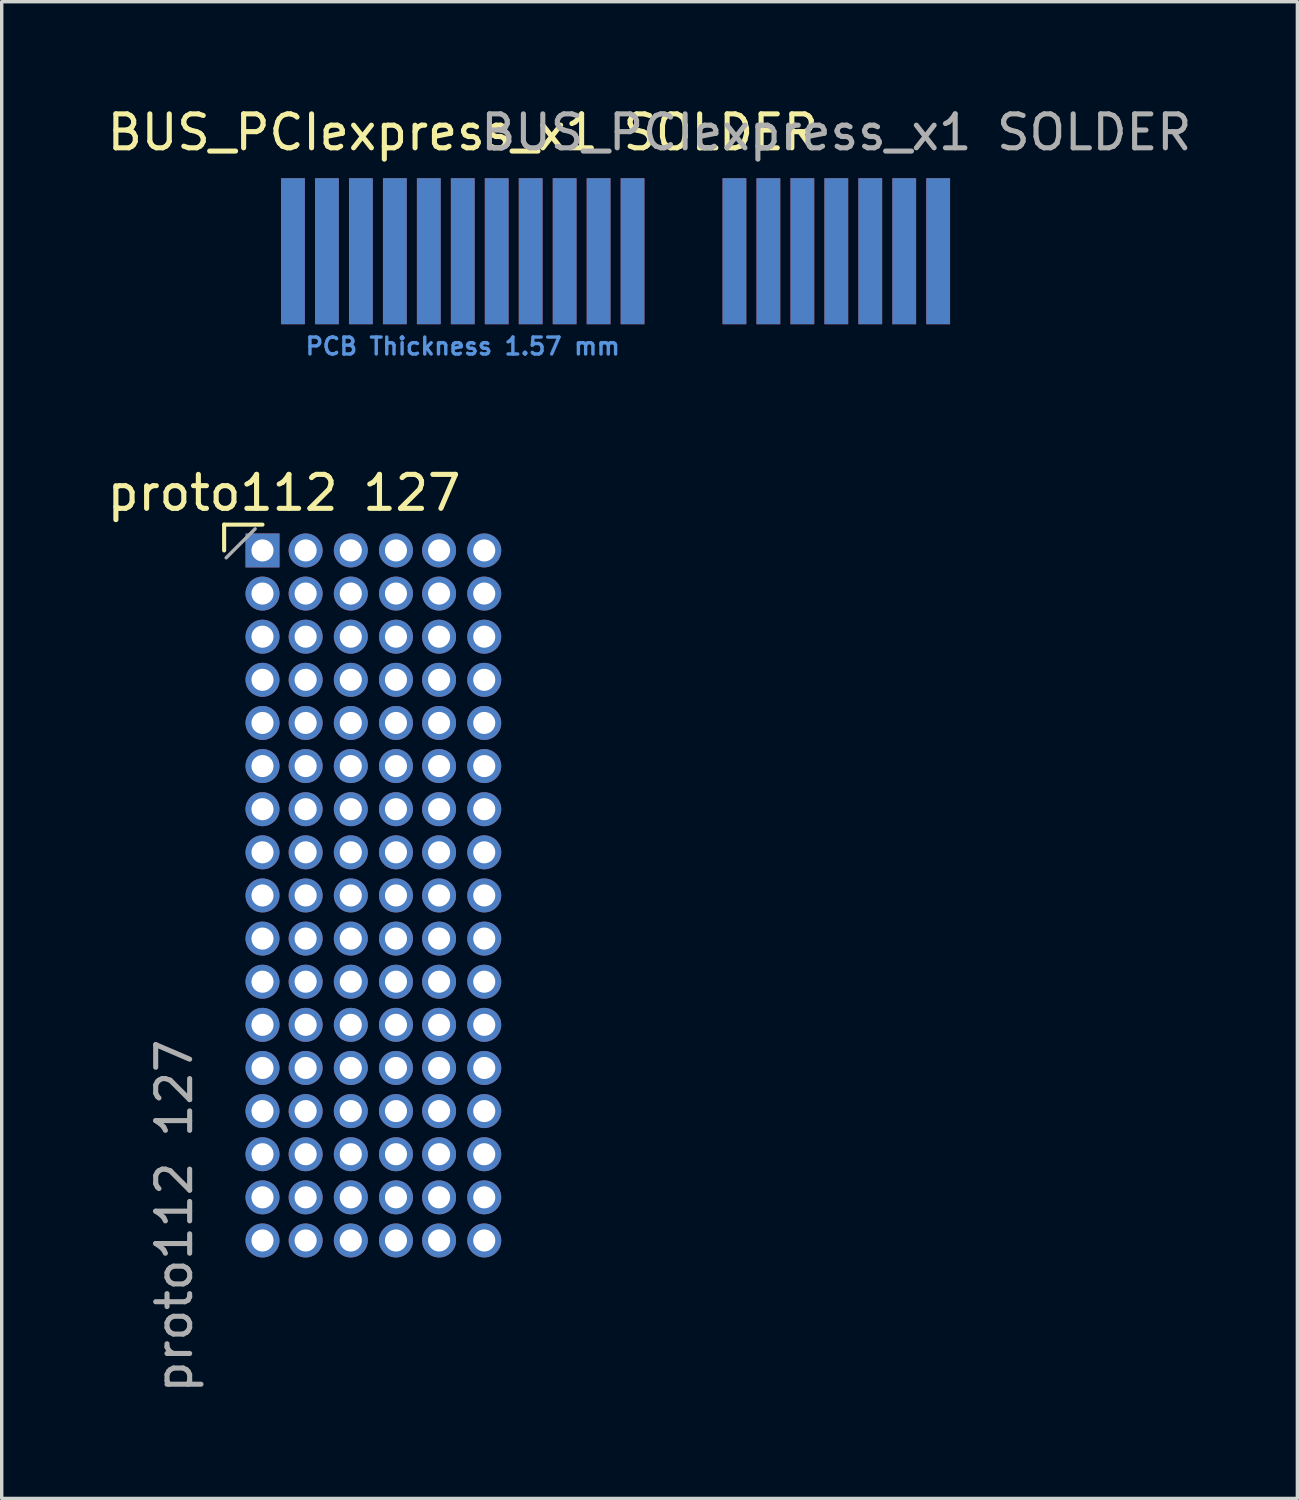
<source format=kicad_pcb>
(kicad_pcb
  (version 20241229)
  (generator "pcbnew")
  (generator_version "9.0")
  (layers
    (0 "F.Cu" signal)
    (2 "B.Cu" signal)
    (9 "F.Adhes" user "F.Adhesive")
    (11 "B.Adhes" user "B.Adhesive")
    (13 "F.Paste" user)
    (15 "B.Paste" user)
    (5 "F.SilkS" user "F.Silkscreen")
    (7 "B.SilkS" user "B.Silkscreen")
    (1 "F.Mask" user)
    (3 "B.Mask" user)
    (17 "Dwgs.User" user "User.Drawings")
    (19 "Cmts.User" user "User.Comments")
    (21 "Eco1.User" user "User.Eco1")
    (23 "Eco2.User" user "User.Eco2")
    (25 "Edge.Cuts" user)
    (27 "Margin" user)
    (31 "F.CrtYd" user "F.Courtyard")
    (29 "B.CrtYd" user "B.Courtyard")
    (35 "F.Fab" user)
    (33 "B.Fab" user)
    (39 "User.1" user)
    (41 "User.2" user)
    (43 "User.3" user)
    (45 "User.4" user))
  (footprint "BUS_PCIexpress_x1 SOLDER"
    (layer "F.Cu")
    (at 5.577 4.348)
    (property "Reference" "BUS_PCIexpress_x1 SOLDER" (at 5 -3.5 0) (layer "F.SilkS") (effects (font (size 1 1) (thickness 0.15))))
    (attr exclude_from_pos_files exclude_from_bom)
    (fp_text user "PCB Thickness 1.57 mm" (at 5 2.8 180) (layer "Cmts.User") (effects (font (size 0.5 0.5) (thickness 0.1))))
    (fp_text user "${REFERENCE}" (at 16 -3.5 0) (layer "F.Fab") (effects (font (size 1 1) (thickness 0.15))))
    (pad "A1" connect rect (at 0 0) (size 0.7 4.3) (layers "B.Cu" "B.Mask"))
    (pad "A2" connect rect (at 1 0) (size 0.7 4.3) (layers "B.Cu" "B.Mask"))
    (pad "A3" connect rect (at 2 0) (size 0.7 4.3) (layers "B.Cu" "B.Mask"))
    (pad "A4" connect rect (at 3 0) (size 0.7 4.3) (layers "B.Cu" "B.Mask"))
    (pad "A5" connect rect (at 4 0) (size 0.7 4.3) (layers "B.Cu" "B.Mask"))
    (pad "A6" connect rect (at 5 0) (size 0.7 4.3) (layers "B.Cu" "B.Mask"))
    (pad "A7" connect rect (at 6 0) (size 0.7 4.3) (layers "B.Cu" "B.Mask"))
    (pad "A8" connect rect (at 7 0) (size 0.7 4.3) (layers "B.Cu" "B.Mask"))
    (pad "A9" connect rect (at 8 0) (size 0.7 4.3) (layers "B.Cu" "B.Mask"))
    (pad "A10" connect rect (at 9 0) (size 0.7 4.3) (layers "B.Cu" "B.Mask"))
    (pad "A11" connect rect (at 10 0) (size 0.7 4.3) (layers "B.Cu" "B.Mask"))
    (pad "A12" connect rect (at 13 0) (size 0.7 4.3) (layers "B.Cu" "B.Mask"))
    (pad "A13" connect rect (at 14 0) (size 0.7 4.3) (layers "B.Cu" "B.Mask"))
    (pad "A14" connect rect (at 15 0) (size 0.7 4.3) (layers "B.Cu" "B.Mask"))
    (pad "A15" connect rect (at 16 0) (size 0.7 4.3) (layers "B.Cu" "B.Mask"))
    (pad "A16" connect rect (at 17 0) (size 0.7 4.3) (layers "B.Cu" "B.Mask"))
    (pad "A17" connect rect (at 18 0) (size 0.7 4.3) (layers "B.Cu" "B.Mask"))
    (pad "A18" connect rect (at 19 0) (size 0.7 4.3) (layers "B.Cu" "B.Mask"))
    (pad "B1" connect rect (at 0 0) (size 0.7 4.3) (layers "F.Cu" "F.Mask"))
    (pad "B2" connect rect (at 1 0) (size 0.7 4.3) (layers "F.Cu" "F.Mask"))
    (pad "B3" connect rect (at 2 0) (size 0.7 4.3) (layers "F.Cu" "F.Mask"))
    (pad "B4" connect rect (at 3 0) (size 0.7 4.3) (layers "F.Cu" "F.Mask"))
    (pad "B5" connect rect (at 4 0) (size 0.7 4.3) (layers "F.Cu" "F.Mask"))
    (pad "B6" connect rect (at 5 0) (size 0.7 4.3) (layers "F.Cu" "F.Mask"))
    (pad "B7" connect rect (at 6 0) (size 0.7 4.3) (layers "F.Cu" "F.Mask"))
    (pad "B8" connect rect (at 7 0) (size 0.7 4.3) (layers "F.Cu" "F.Mask"))
    (pad "B9" connect rect (at 8 0) (size 0.7 4.3) (layers "F.Cu" "F.Mask"))
    (pad "B10" connect rect (at 9 0) (size 0.7 4.3) (layers "F.Cu" "F.Mask"))
    (pad "B11" connect rect (at 10 0) (size 0.7 4.3) (layers "F.Cu" "F.Mask"))
    (pad "B12" connect rect (at 13 0) (size 0.7 4.3) (layers "F.Cu" "F.Mask"))
    (pad "B13" connect rect (at 14 0) (size 0.7 4.3) (layers "F.Cu" "F.Mask"))
    (pad "B14" connect rect (at 15 0) (size 0.7 4.3) (layers "F.Cu" "F.Mask"))
    (pad "B15" connect rect (at 16 0) (size 0.7 4.3) (layers "F.Cu" "F.Mask"))
    (pad "B16" connect rect (at 17 0) (size 0.7 4.3) (layers "F.Cu" "F.Mask"))
    (pad "B17" connect rect (at 18 0) (size 0.7 4.3) (layers "F.Cu" "F.Mask"))
    (pad "B18" connect rect (at 19 0) (size 0.7 4.3) (layers "F.Cu" "F.Mask")))
  (footprint "proto112 127"
    (layer "F.Cu")
    (at 4.68 13.159)
    (property "Reference" "proto112 127" (at 0.635 -1.695 0) (layer "F.SilkS") (effects (font (size 1 1) (thickness 0.15))))
    (attr through_hole)
    (fp_line (start -1.13 -0.76) (end 0 -0.76) (stroke (width 0.12) (type solid)) (layer "F.SilkS"))
    (fp_line (start -1.13 0) (end -1.13 -0.76) (stroke (width 0.12) (type solid)) (layer "F.SilkS"))
    (fp_line (start -1.07 0.217) (end -0.217 -0.635) (stroke (width 0.1) (type solid)) (layer "F.Fab"))
    (fp_text user "${REFERENCE}" (at -2.6 19.6 90) (layer "F.Fab") (effects (font (size 1 1) (thickness 0.15))))
    (pad "A0" thru_hole rect (at 0 0) (size 1 1) (drill 0.65) (layers "*.Cu" "*.Mask"))
    (pad "A1" thru_hole oval (at 0 1.27) (size 1 1) (drill 0.65) (layers "*.Cu" "*.Mask"))
    (pad "A2" thru_hole oval (at 0 2.54) (size 1 1) (drill 0.65) (layers "*.Cu" "*.Mask"))
    (pad "A3" thru_hole oval (at 0 3.81) (size 1 1) (drill 0.65) (layers "*.Cu" "*.Mask"))
    (pad "A4" thru_hole oval (at 0 5.08) (size 1 1) (drill 0.65) (layers "*.Cu" "*.Mask"))
    (pad "A5" thru_hole oval (at 0 6.35) (size 1 1) (drill 0.65) (layers "*.Cu" "*.Mask"))
    (pad "A6" thru_hole oval (at 0 7.62) (size 1 1) (drill 0.65) (layers "*.Cu" "*.Mask"))
    (pad "A7" thru_hole oval (at 0 8.89) (size 1 1) (drill 0.65) (layers "*.Cu" "*.Mask"))
    (pad "A8" thru_hole oval (at 0 10.16) (size 1 1) (drill 0.65) (layers "*.Cu" "*.Mask"))
    (pad "A9" thru_hole oval (at 0 11.43) (size 1 1) (drill 0.65) (layers "*.Cu" "*.Mask"))
    (pad "A10" thru_hole oval (at 0 12.7) (size 1 1) (drill 0.65) (layers "*.Cu" "*.Mask"))
    (pad "A11" thru_hole oval (at 0 13.97) (size 1 1) (drill 0.65) (layers "*.Cu" "*.Mask"))
    (pad "A12" thru_hole oval (at 0 15.24) (size 1 1) (drill 0.65) (layers "*.Cu" "*.Mask"))
    (pad "A13" thru_hole oval (at 0 16.51) (size 1 1) (drill 0.65) (layers "*.Cu" "*.Mask"))
    (pad "A14" thru_hole oval (at 0 17.78) (size 1 1) (drill 0.65) (layers "*.Cu" "*.Mask"))
    (pad "A15" thru_hole oval (at 0 19.05) (size 1 1) (drill 0.65) (layers "*.Cu" "*.Mask"))
    (pad "A16" thru_hole oval (at 0 20.32) (size 1 1) (drill 0.65) (layers "*.Cu" "*.Mask"))
    (pad "B0" thru_hole oval (at 1.27 0) (size 1 1) (drill 0.65) (layers "*.Cu" "*.Mask"))
    (pad "B1" thru_hole oval (at 1.27 1.27) (size 1 1) (drill 0.65) (layers "*.Cu" "*.Mask"))
    (pad "B2" thru_hole oval (at 1.27 2.54) (size 1 1) (drill 0.65) (layers "*.Cu" "*.Mask"))
    (pad "B3" thru_hole oval (at 1.27 3.81) (size 1 1) (drill 0.65) (layers "*.Cu" "*.Mask"))
    (pad "B4" thru_hole oval (at 1.27 5.08) (size 1 1) (drill 0.65) (layers "*.Cu" "*.Mask"))
    (pad "B5" thru_hole oval (at 1.27 6.35) (size 1 1) (drill 0.65) (layers "*.Cu" "*.Mask"))
    (pad "B6" thru_hole oval (at 1.27 7.62) (size 1 1) (drill 0.65) (layers "*.Cu" "*.Mask"))
    (pad "B7" thru_hole oval (at 1.27 8.89) (size 1 1) (drill 0.65) (layers "*.Cu" "*.Mask"))
    (pad "B8" thru_hole oval (at 1.27 10.16) (size 1 1) (drill 0.65) (layers "*.Cu" "*.Mask"))
    (pad "B9" thru_hole oval (at 1.27 11.43) (size 1 1) (drill 0.65) (layers "*.Cu" "*.Mask"))
    (pad "B10" thru_hole oval (at 1.27 12.7) (size 1 1) (drill 0.65) (layers "*.Cu" "*.Mask"))
    (pad "B11" thru_hole oval (at 1.27 13.97) (size 1 1) (drill 0.65) (layers "*.Cu" "*.Mask"))
    (pad "B12" thru_hole oval (at 1.27 15.24) (size 1 1) (drill 0.65) (layers "*.Cu" "*.Mask"))
    (pad "B13" thru_hole oval (at 1.27 16.51) (size 1 1) (drill 0.65) (layers "*.Cu" "*.Mask"))
    (pad "B14" thru_hole oval (at 1.27 17.78) (size 1 1) (drill 0.65) (layers "*.Cu" "*.Mask"))
    (pad "B15" thru_hole oval (at 1.27 19.05) (size 1 1) (drill 0.65) (layers "*.Cu" "*.Mask"))
    (pad "B16" thru_hole oval (at 1.27 20.32) (size 1 1) (drill 0.65) (layers "*.Cu" "*.Mask"))
    (pad "C0" thru_hole oval (at 2.6 0) (size 1 1) (drill 0.65) (layers "*.Cu" "*.Mask"))
    (pad "C1" thru_hole oval (at 2.6 1.27) (size 1 1) (drill 0.65) (layers "*.Cu" "*.Mask"))
    (pad "C2" thru_hole oval (at 2.6 2.54) (size 1 1) (drill 0.65) (layers "*.Cu" "*.Mask"))
    (pad "C3" thru_hole oval (at 2.6 3.81) (size 1 1) (drill 0.65) (layers "*.Cu" "*.Mask"))
    (pad "C4" thru_hole oval (at 2.6 5.08) (size 1 1) (drill 0.65) (layers "*.Cu" "*.Mask"))
    (pad "C5" thru_hole oval (at 2.6 6.35) (size 1 1) (drill 0.65) (layers "*.Cu" "*.Mask"))
    (pad "C6" thru_hole oval (at 2.6 7.62) (size 1 1) (drill 0.65) (layers "*.Cu" "*.Mask"))
    (pad "C7" thru_hole oval (at 2.6 8.89) (size 1 1) (drill 0.65) (layers "*.Cu" "*.Mask"))
    (pad "C8" thru_hole oval (at 2.6 10.16) (size 1 1) (drill 0.65) (layers "*.Cu" "*.Mask"))
    (pad "C9" thru_hole oval (at 2.6 11.43) (size 1 1) (drill 0.65) (layers "*.Cu" "*.Mask"))
    (pad "C10" thru_hole oval (at 2.6 12.7) (size 1 1) (drill 0.65) (layers "*.Cu" "*.Mask"))
    (pad "C11" thru_hole oval (at 2.6 13.97) (size 1 1) (drill 0.65) (layers "*.Cu" "*.Mask"))
    (pad "C12" thru_hole oval (at 2.6 15.24) (size 1 1) (drill 0.65) (layers "*.Cu" "*.Mask"))
    (pad "C13" thru_hole oval (at 2.6 16.51) (size 1 1) (drill 0.65) (layers "*.Cu" "*.Mask"))
    (pad "C14" thru_hole oval (at 2.6 17.78) (size 1 1) (drill 0.65) (layers "*.Cu" "*.Mask"))
    (pad "C15" thru_hole oval (at 2.6 19.05) (size 1 1) (drill 0.65) (layers "*.Cu" "*.Mask"))
    (pad "C16" thru_hole oval (at 2.6 20.32) (size 1 1) (drill 0.65) (layers "*.Cu" "*.Mask"))
    (pad "D0" thru_hole oval (at 3.93 0) (size 1 1) (drill 0.65) (layers "*.Cu" "*.Mask"))
    (pad "D1" thru_hole oval (at 3.93 1.27) (size 1 1) (drill 0.65) (layers "*.Cu" "*.Mask"))
    (pad "D2" thru_hole oval (at 3.93 2.54) (size 1 1) (drill 0.65) (layers "*.Cu" "*.Mask"))
    (pad "D3" thru_hole oval (at 3.93 3.81) (size 1 1) (drill 0.65) (layers "*.Cu" "*.Mask"))
    (pad "D4" thru_hole oval (at 3.93 5.08) (size 1 1) (drill 0.65) (layers "*.Cu" "*.Mask"))
    (pad "D5" thru_hole oval (at 3.93 6.35) (size 1 1) (drill 0.65) (layers "*.Cu" "*.Mask"))
    (pad "D6" thru_hole oval (at 3.93 7.62) (size 1 1) (drill 0.65) (layers "*.Cu" "*.Mask"))
    (pad "D7" thru_hole oval (at 3.93 8.89) (size 1 1) (drill 0.65) (layers "*.Cu" "*.Mask"))
    (pad "D8" thru_hole oval (at 3.93 10.16) (size 1 1) (drill 0.65) (layers "*.Cu" "*.Mask"))
    (pad "D9" thru_hole oval (at 3.93 11.43) (size 1 1) (drill 0.65) (layers "*.Cu" "*.Mask"))
    (pad "D10" thru_hole oval (at 3.93 12.7) (size 1 1) (drill 0.65) (layers "*.Cu" "*.Mask"))
    (pad "D11" thru_hole oval (at 3.93 13.97) (size 1 1) (drill 0.65) (layers "*.Cu" "*.Mask"))
    (pad "D12" thru_hole oval (at 3.93 15.24) (size 1 1) (drill 0.65) (layers "*.Cu" "*.Mask"))
    (pad "D13" thru_hole oval (at 3.93 16.51) (size 1 1) (drill 0.65) (layers "*.Cu" "*.Mask"))
    (pad "D14" thru_hole oval (at 3.93 17.78) (size 1 1) (drill 0.65) (layers "*.Cu" "*.Mask"))
    (pad "D15" thru_hole oval (at 3.93 19.05) (size 1 1) (drill 0.65) (layers "*.Cu" "*.Mask"))
    (pad "D16" thru_hole oval (at 3.93 20.32) (size 1 1) (drill 0.65) (layers "*.Cu" "*.Mask"))
    (pad "E0" thru_hole oval (at 5.2 0) (size 1 1) (drill 0.65) (layers "*.Cu" "*.Mask"))
    (pad "E1" thru_hole oval (at 5.2 1.27) (size 1 1) (drill 0.65) (layers "*.Cu" "*.Mask"))
    (pad "E2" thru_hole oval (at 5.2 2.54) (size 1 1) (drill 0.65) (layers "*.Cu" "*.Mask"))
    (pad "E3" thru_hole oval (at 5.2 3.81) (size 1 1) (drill 0.65) (layers "*.Cu" "*.Mask"))
    (pad "E4" thru_hole oval (at 5.2 5.08) (size 1 1) (drill 0.65) (layers "*.Cu" "*.Mask"))
    (pad "E5" thru_hole oval (at 5.2 6.35) (size 1 1) (drill 0.65) (layers "*.Cu" "*.Mask"))
    (pad "E6" thru_hole oval (at 5.2 7.62) (size 1 1) (drill 0.65) (layers "*.Cu" "*.Mask"))
    (pad "E7" thru_hole oval (at 5.2 8.89) (size 1 1) (drill 0.65) (layers "*.Cu" "*.Mask"))
    (pad "E8" thru_hole oval (at 5.2 10.16) (size 1 1) (drill 0.65) (layers "*.Cu" "*.Mask"))
    (pad "E9" thru_hole oval (at 5.2 11.43) (size 1 1) (drill 0.65) (layers "*.Cu" "*.Mask"))
    (pad "E10" thru_hole oval (at 5.2 12.7) (size 1 1) (drill 0.65) (layers "*.Cu" "*.Mask"))
    (pad "E11" thru_hole oval (at 5.2 13.97) (size 1 1) (drill 0.65) (layers "*.Cu" "*.Mask"))
    (pad "E12" thru_hole oval (at 5.2 15.24) (size 1 1) (drill 0.65) (layers "*.Cu" "*.Mask"))
    (pad "E13" thru_hole oval (at 5.2 16.51) (size 1 1) (drill 0.65) (layers "*.Cu" "*.Mask"))
    (pad "E14" thru_hole oval (at 5.2 17.78) (size 1 1) (drill 0.65) (layers "*.Cu" "*.Mask"))
    (pad "E15" thru_hole oval (at 5.2 19.05) (size 1 1) (drill 0.65) (layers "*.Cu" "*.Mask"))
    (pad "E16" thru_hole oval (at 5.2 20.32) (size 1 1) (drill 0.65) (layers "*.Cu" "*.Mask"))
    (pad "F0" thru_hole oval (at 6.53 0) (size 1 1) (drill 0.65) (layers "*.Cu" "*.Mask"))
    (pad "F1" thru_hole oval (at 6.53 1.27) (size 1 1) (drill 0.65) (layers "*.Cu" "*.Mask"))
    (pad "F2" thru_hole oval (at 6.53 2.54) (size 1 1) (drill 0.65) (layers "*.Cu" "*.Mask"))
    (pad "F3" thru_hole oval (at 6.53 3.81) (size 1 1) (drill 0.65) (layers "*.Cu" "*.Mask"))
    (pad "F4" thru_hole oval (at 6.53 5.08) (size 1 1) (drill 0.65) (layers "*.Cu" "*.Mask"))
    (pad "F5" thru_hole oval (at 6.53 6.35) (size 1 1) (drill 0.65) (layers "*.Cu" "*.Mask"))
    (pad "F6" thru_hole oval (at 6.53 7.62) (size 1 1) (drill 0.65) (layers "*.Cu" "*.Mask"))
    (pad "F7" thru_hole oval (at 6.53 8.89) (size 1 1) (drill 0.65) (layers "*.Cu" "*.Mask"))
    (pad "F8" thru_hole oval (at 6.53 10.16) (size 1 1) (drill 0.65) (layers "*.Cu" "*.Mask"))
    (pad "F9" thru_hole oval (at 6.53 11.43) (size 1 1) (drill 0.65) (layers "*.Cu" "*.Mask"))
    (pad "F10" thru_hole oval (at 6.53 12.7) (size 1 1) (drill 0.65) (layers "*.Cu" "*.Mask"))
    (pad "F11" thru_hole oval (at 6.53 13.97) (size 1 1) (drill 0.65) (layers "*.Cu" "*.Mask"))
    (pad "F12" thru_hole oval (at 6.53 15.24) (size 1 1) (drill 0.65) (layers "*.Cu" "*.Mask"))
    (pad "F13" thru_hole oval (at 6.53 16.51) (size 1 1) (drill 0.65) (layers "*.Cu" "*.Mask"))
    (pad "F14" thru_hole oval (at 6.53 17.78) (size 1 1) (drill 0.65) (layers "*.Cu" "*.Mask"))
    (pad "F15" thru_hole oval (at 6.53 19.05) (size 1 1) (drill 0.65) (layers "*.Cu" "*.Mask"))
    (pad "F16" thru_hole oval (at 6.53 20.32) (size 1 1) (drill 0.65) (layers "*.Cu" "*.Mask")))
  (gr_rect
    (start -3 -3)
    (end 35.155 41.075)
    (stroke (width 0.1) (type default))
    (fill no)
    (layer "Edge.Cuts")))
</source>
